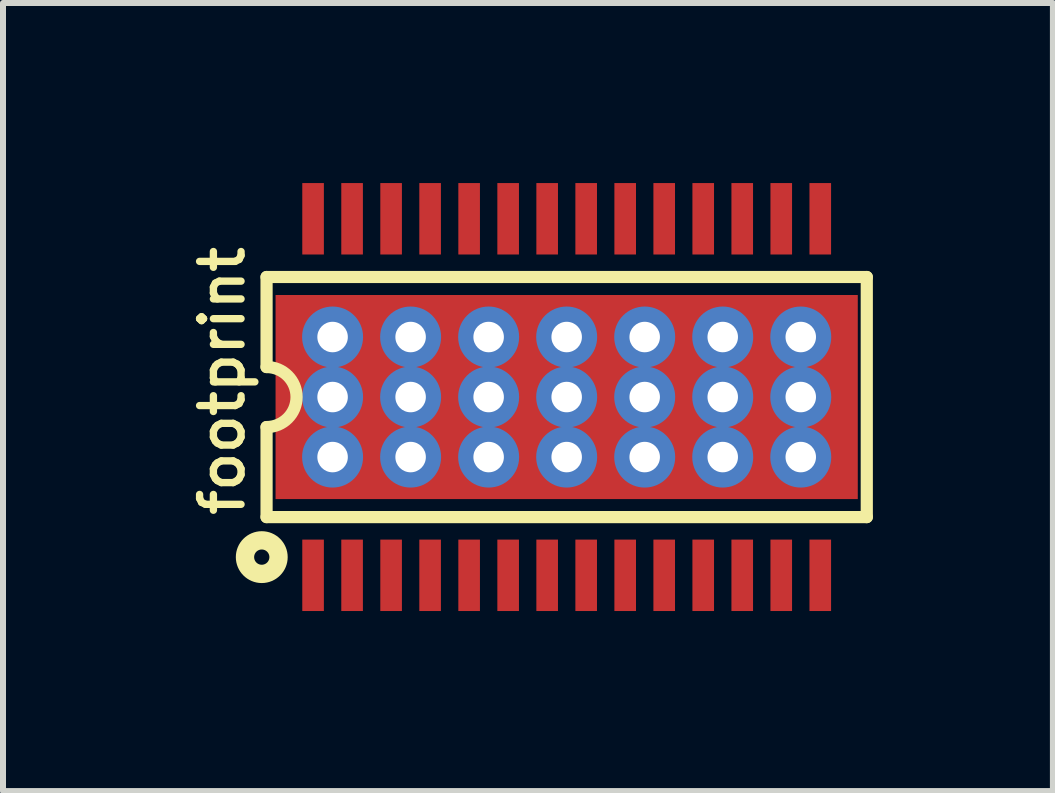
<source format=kicad_pcb>
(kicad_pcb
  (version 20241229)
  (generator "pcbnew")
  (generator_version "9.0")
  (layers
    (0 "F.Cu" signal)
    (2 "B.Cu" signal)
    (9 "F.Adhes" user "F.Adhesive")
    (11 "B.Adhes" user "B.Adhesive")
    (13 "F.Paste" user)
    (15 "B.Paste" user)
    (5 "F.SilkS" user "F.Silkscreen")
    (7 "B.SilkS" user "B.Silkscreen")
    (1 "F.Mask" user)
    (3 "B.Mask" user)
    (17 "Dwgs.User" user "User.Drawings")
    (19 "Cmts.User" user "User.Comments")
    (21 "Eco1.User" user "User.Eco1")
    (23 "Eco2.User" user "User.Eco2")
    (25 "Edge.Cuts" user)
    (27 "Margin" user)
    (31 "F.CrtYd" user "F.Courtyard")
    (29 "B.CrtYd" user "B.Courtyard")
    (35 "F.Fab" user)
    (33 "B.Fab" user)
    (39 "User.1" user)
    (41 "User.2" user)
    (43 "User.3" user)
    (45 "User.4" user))
  (footprint "footprint"
    (layer "F.Cu")
    (at 6.391 3.565)
    (property "Reference" "footprint" (at -5.334 2.032 90) (layer "F.SilkS") (effects (font (size 0.691 0.691) (thickness 0.122)) (justify left bottom)))
    (fp_poly (pts (xy -2.59 1.55) (xy 2.59 1.55) (xy 2.59 -1.55) (xy -2.59 -1.55)) (stroke (width 0) (type solid)) (fill yes) (layer "F.Mask"))
    (fp_line (start -5 -2) (end -5 -0.5) (stroke (width 0.203) (type solid)) (layer "F.SilkS"))
    (fp_line (start -5 -2) (end 5 -2) (stroke (width 0.203) (type solid)) (layer "F.SilkS"))
    (fp_line (start -5 0.5) (end -5 2) (stroke (width 0.203) (type solid)) (layer "F.SilkS"))
    (fp_line (start -5 2) (end 5 2) (stroke (width 0.203) (type solid)) (layer "F.SilkS"))
    (fp_line (start 5 -2) (end 5 2) (stroke (width 0.203) (type solid)) (layer "F.SilkS"))
    (fp_arc (start -5 -0.5) (mid -4.5 0) (end -5 0.5) (stroke (width 0.2032) (type solid)) (layer "F.SilkS"))
    (fp_circle (center -5.08 2.667) (end -4.953 2.667) (stroke (width 0.305) (type solid)) (fill no) (layer "F.SilkS"))
    (fp_poly (pts (xy -2.5 1.5) (xy 2.5 1.5) (xy 2.5 -1.5) (xy -2.5 -1.5)) (stroke (width 0) (type solid)) (fill yes) (layer "F.Paste"))
    (pad "1" smd rect (at -4.225 2.97) (size 0.36 1.19) (layers "F.Cu" "F.Mask" "F.Paste"))
    (pad "2" smd rect (at -3.575 2.97) (size 0.36 1.19) (layers "F.Cu" "F.Mask" "F.Paste"))
    (pad "3" smd rect (at -2.925 2.97) (size 0.36 1.19) (layers "F.Cu" "F.Mask" "F.Paste"))
    (pad "4" smd rect (at -2.275 2.97) (size 0.36 1.19) (layers "F.Cu" "F.Mask" "F.Paste"))
    (pad "5" smd rect (at -1.625 2.97) (size 0.36 1.19) (layers "F.Cu" "F.Mask" "F.Paste"))
    (pad "6" smd rect (at -0.975 2.97) (size 0.36 1.19) (layers "F.Cu" "F.Mask" "F.Paste"))
    (pad "7" smd rect (at -0.325 2.97) (size 0.36 1.19) (layers "F.Cu" "F.Mask" "F.Paste"))
    (pad "8" smd rect (at 0.325 2.97) (size 0.36 1.19) (layers "F.Cu" "F.Mask" "F.Paste"))
    (pad "9" smd rect (at 0.975 2.97) (size 0.36 1.19) (layers "F.Cu" "F.Mask" "F.Paste"))
    (pad "10" smd rect (at 1.625 2.97) (size 0.36 1.19) (layers "F.Cu" "F.Mask" "F.Paste"))
    (pad "11" smd rect (at 2.275 2.97) (size 0.36 1.19) (layers "F.Cu" "F.Mask" "F.Paste"))
    (pad "12" smd rect (at 2.925 2.97) (size 0.36 1.19) (layers "F.Cu" "F.Mask" "F.Paste"))
    (pad "13" smd rect (at 3.575 2.97) (size 0.36 1.19) (layers "F.Cu" "F.Mask" "F.Paste"))
    (pad "14" smd rect (at 4.225 2.97) (size 0.36 1.19) (layers "F.Cu" "F.Mask" "F.Paste"))
    (pad "15" smd rect (at 4.225 -2.97) (size 0.36 1.19) (layers "F.Cu" "F.Mask" "F.Paste"))
    (pad "16" smd rect (at 3.575 -2.97) (size 0.36 1.19) (layers "F.Cu" "F.Mask" "F.Paste"))
    (pad "17" smd rect (at 2.925 -2.97) (size 0.36 1.19) (layers "F.Cu" "F.Mask" "F.Paste"))
    (pad "18" smd rect (at 2.275 -2.97) (size 0.36 1.19) (layers "F.Cu" "F.Mask" "F.Paste"))
    (pad "19" smd rect (at 1.625 -2.97) (size 0.36 1.19) (layers "F.Cu" "F.Mask" "F.Paste"))
    (pad "20" smd rect (at 0.975 -2.97) (size 0.36 1.19) (layers "F.Cu" "F.Mask" "F.Paste"))
    (pad "21" smd rect (at 0.325 -2.97) (size 0.36 1.19) (layers "F.Cu" "F.Mask" "F.Paste"))
    (pad "22" smd rect (at -0.325 -2.97) (size 0.36 1.19) (layers "F.Cu" "F.Mask" "F.Paste"))
    (pad "23" smd rect (at -0.975 -2.97) (size 0.36 1.19) (layers "F.Cu" "F.Mask" "F.Paste"))
    (pad "24" smd rect (at -1.625 -2.97) (size 0.36 1.19) (layers "F.Cu" "F.Mask" "F.Paste"))
    (pad "25" smd rect (at -2.275 -2.97) (size 0.36 1.19) (layers "F.Cu" "F.Mask" "F.Paste"))
    (pad "26" smd rect (at -2.925 -2.97) (size 0.36 1.19) (layers "F.Cu" "F.Mask" "F.Paste"))
    (pad "27" smd rect (at -3.575 -2.97) (size 0.36 1.19) (layers "F.Cu" "F.Mask" "F.Paste"))
    (pad "28" smd rect (at -4.225 -2.97) (size 0.36 1.19) (layers "F.Cu" "F.Mask" "F.Paste"))
    (pad "GND@10" thru_hole circle (at -3.9 -1) (size 1.016 1.016) (drill 0.508) (layers "*.Cu" "*.Mask"))
    (pad "GND@11" thru_hole circle (at -3.9 0) (size 1.016 1.016) (drill 0.508) (layers "*.Cu" "*.Mask"))
    (pad "GND@12" thru_hole circle (at -3.9 1) (size 1.016 1.016) (drill 0.508) (layers "*.Cu" "*.Mask"))
    (pad "GND@13" thru_hole circle (at -2.6 1) (size 1.016 1.016) (drill 0.508) (layers "*.Cu" "*.Mask"))
    (pad "GND@14" thru_hole circle (at -2.6 0) (size 1.016 1.016) (drill 0.508) (layers "*.Cu" "*.Mask"))
    (pad "GND@15" thru_hole circle (at -2.6 -1) (size 1.016 1.016) (drill 0.508) (layers "*.Cu" "*.Mask"))
    (pad "GND@16" thru_hole circle (at -1.3 -1) (size 1.016 1.016) (drill 0.508) (layers "*.Cu" "*.Mask"))
    (pad "GND@17" thru_hole circle (at -1.3 0) (size 1.016 1.016) (drill 0.508) (layers "*.Cu" "*.Mask"))
    (pad "GND@18" thru_hole circle (at -1.3 1) (size 1.016 1.016) (drill 0.508) (layers "*.Cu" "*.Mask"))
    (pad "GND@19" thru_hole circle (at 0 1) (size 1.016 1.016) (drill 0.508) (layers "*.Cu" "*.Mask"))
    (pad "GND@20" thru_hole circle (at 0 0) (size 1.016 1.016) (drill 0.508) (layers "*.Cu" "*.Mask"))
    (pad "GND@21" thru_hole circle (at 0 -1) (size 1.016 1.016) (drill 0.508) (layers "*.Cu" "*.Mask"))
    (pad "GND@22" thru_hole circle (at 1.3 -1) (size 1.016 1.016) (drill 0.508) (layers "*.Cu" "*.Mask"))
    (pad "GND@23" thru_hole circle (at 1.3 0) (size 1.016 1.016) (drill 0.508) (layers "*.Cu" "*.Mask"))
    (pad "GND@24" thru_hole circle (at 1.3 1) (size 1.016 1.016) (drill 0.508) (layers "*.Cu" "*.Mask"))
    (pad "GND@25" thru_hole circle (at 2.6 1) (size 1.016 1.016) (drill 0.508) (layers "*.Cu" "*.Mask"))
    (pad "GND@26" thru_hole circle (at 2.6 0) (size 1.016 1.016) (drill 0.508) (layers "*.Cu" "*.Mask"))
    (pad "GND@27" thru_hole circle (at 2.6 -1) (size 1.016 1.016) (drill 0.508) (layers "*.Cu" "*.Mask"))
    (pad "GND@28" thru_hole circle (at 3.9 -1) (size 1.016 1.016) (drill 0.508) (layers "*.Cu" "*.Mask"))
    (pad "GND@29" thru_hole circle (at 3.9 0) (size 1.016 1.016) (drill 0.508) (layers "*.Cu" "*.Mask"))
    (pad "GND@30" thru_hole circle (at 3.9 1) (size 1.016 1.016) (drill 0.508) (layers "*.Cu" "*.Mask"))
    (pad "GND@PAD" smd rect (at 0 0) (size 9.7 3.4) (layers "F.Cu")))
  (gr_rect
    (start -3 -3)
    (end 14.492 10.13)
    (stroke (width 0.1) (type default))
    (fill no)
    (layer "Edge.Cuts")))
</source>
